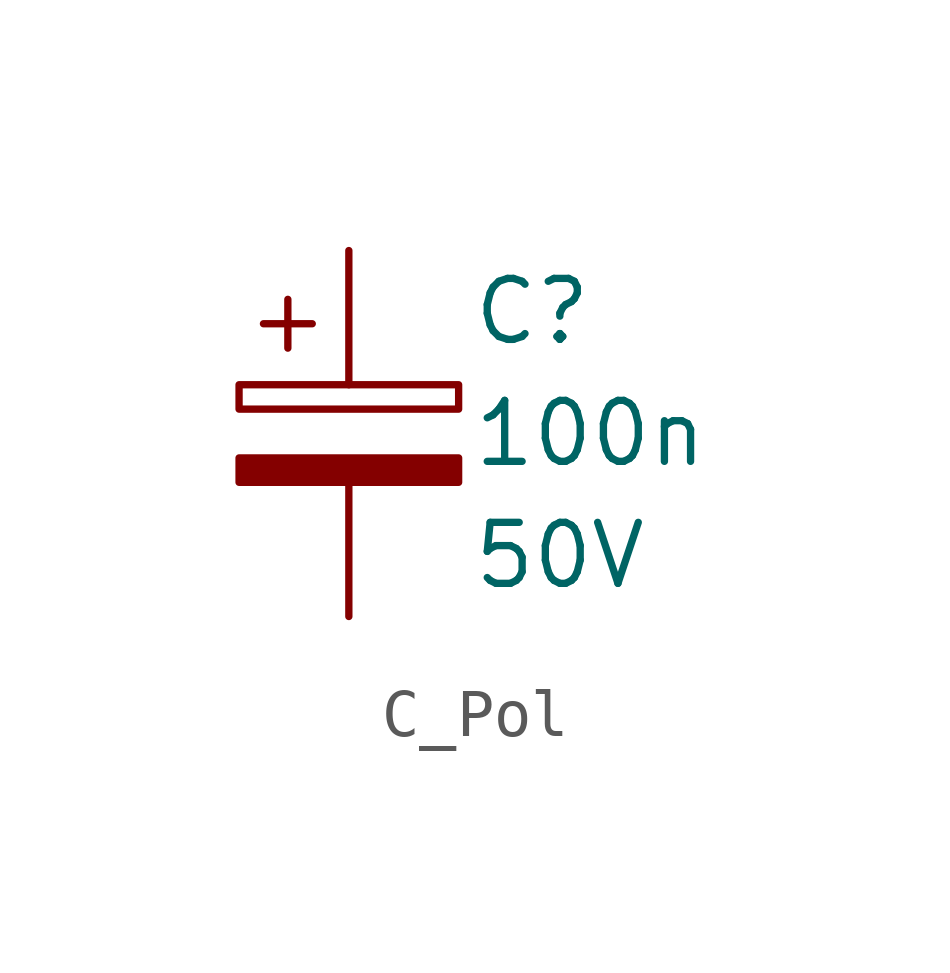
<source format=kicad_sym>
(kicad_symbol_lib
  (version 20220914)
  (generator kicad_symbol_editor)
  (symbol "C_Pol"
    (pin_numbers hide)
    (pin_names hide)
    (property "Reference" "C"
      (at 2.54 2.54 0)
      (do_not_autoplace)
      (effects (font (size 1.27 1.27)) (justify left)))
    (property "Value" "100n"
      (at 2.54 0 0)
      (do_not_autoplace)
      (effects (font (size 1.27 1.27)) (justify left)))
    (property "Voltage" "50V"
      (at 2.54 -2.54 0)
      (do_not_autoplace)
      (effects (font (size 1.27 1.27) (color 0 100 100 1)) (justify left)))
    (property "Manufacturer" ""
      (at 0 0 0)
      (effects (font (size 1.27 1.27))))
    (property "MPN" ""
      (at 0 0 0)
      (effects (font (size 1.27 1.27))))
    (symbol "C_Pol_0_1"
      (rectangle (start -2.286 0.508) (end 2.286 1.016) (stroke (width 0) (type default)) (fill (type none)))
      (polyline (pts (xy -1.778 2.286) (xy -0.762 2.286)) (stroke (width 0) (type default)) (fill (type none)))
      (polyline (pts (xy -1.27 2.794) (xy -1.27 1.778)) (stroke (width 0) (type default)) (fill (type none)))
      (rectangle (start 2.286 -0.508) (end -2.286 -1.016) (stroke (width 0) (type default)) (fill (type outline))))
    (symbol "C_Pol_1_1"
      (pin passive line (at 0 3.81 270) (length 2.794) (name "~" (effects (font (size 1.27 1.27)))) (number "1" (effects (font (size 1.27 1.27)))))
      (pin passive line (at 0 -3.81 90) (length 2.794) (name "~" (effects (font (size 1.27 1.27)))) (number "2" (effects (font (size 1.27 1.27))))))))
</source>
